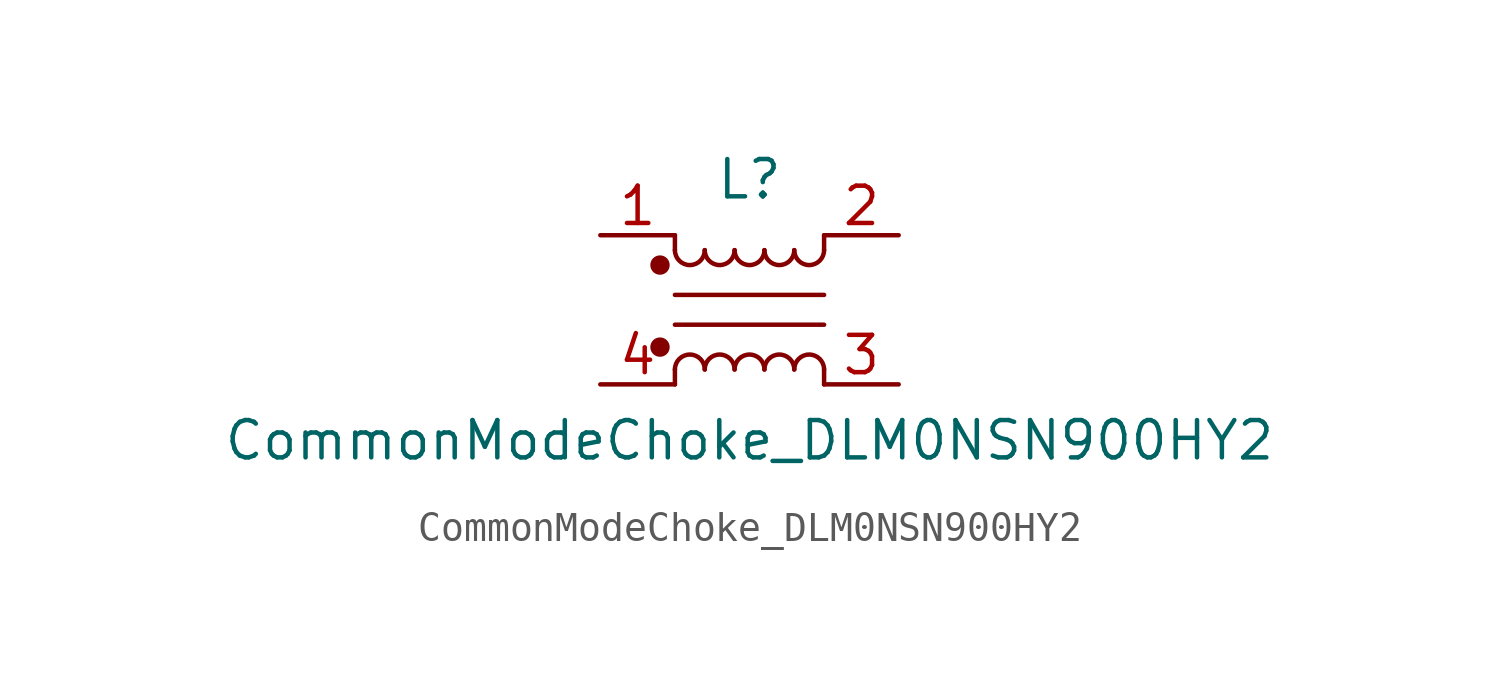
<source format=kicad_sym>
(kicad_symbol_lib
  (version 20220914)
  (generator kicad_symbol_editor)
  (symbol "CommonModeChoke_DLM0NSN900HY2"
    (pin_names
      (offset 0.254) hide)
    (property "Reference" "L"
      (at 0 4.445 0)
      (effects (font (size 1.27 1.27))))
    (property "Value" "CommonModeChoke_DLM0NSN900HY2"
      (at 0 -4.445 0)
      (effects (font (size 1.27 1.27))))
    (symbol "CommonModeChoke_DLM0NSN900HY2_0_1"
      (circle (center -3.048 -1.27) (radius 0.254) (stroke (width 0) (type default)) (fill (type outline)))
      (circle (center -3.048 1.524) (radius 0.254) (stroke (width 0) (type default)) (fill (type outline)))
      (arc (start -2.54 2.032) (mid -2.032 1.5262) (end -1.524 2.032) (stroke (width 0) (type default)) (fill (type none)))
      (arc (start -1.524 -2.032) (mid -2.032 -1.5262) (end -2.54 -2.032) (stroke (width 0) (type default)) (fill (type none)))
      (arc (start -1.524 2.032) (mid -1.016 1.5262) (end -0.508 2.032) (stroke (width 0) (type default)) (fill (type none)))
      (arc (start -0.508 -2.032) (mid -1.016 -1.5262) (end -1.524 -2.032) (stroke (width 0) (type default)) (fill (type none)))
      (arc (start -0.508 2.032) (mid 0 1.5262) (end 0.508 2.032) (stroke (width 0) (type default)) (fill (type none)))
      (polyline (pts (xy -2.54 -2.032) (xy -2.54 -2.54)) (stroke (width 0) (type default)) (fill (type none)))
      (polyline (pts (xy -2.54 0.508) (xy 2.54 0.508)) (stroke (width 0) (type default)) (fill (type none)))
      (polyline (pts (xy -2.54 2.032) (xy -2.54 2.54)) (stroke (width 0) (type default)) (fill (type none)))
      (polyline (pts (xy 2.54 -2.032) (xy 2.54 -2.54)) (stroke (width 0) (type default)) (fill (type none)))
      (polyline (pts (xy 2.54 -0.508) (xy -2.54 -0.508)) (stroke (width 0) (type default)) (fill (type none)))
      (polyline (pts (xy 2.54 2.54) (xy 2.54 2.032)) (stroke (width 0) (type default)) (fill (type none)))
      (arc (start 0.508 -2.032) (mid 0 -1.5262) (end -0.508 -2.032) (stroke (width 0) (type default)) (fill (type none)))
      (arc (start 0.508 2.032) (mid 1.016 1.5262) (end 1.524 2.032) (stroke (width 0) (type default)) (fill (type none)))
      (arc (start 1.524 -2.032) (mid 1.016 -1.5262) (end 0.508 -2.032) (stroke (width 0) (type default)) (fill (type none)))
      (arc (start 1.524 2.032) (mid 2.032 1.5262) (end 2.54 2.032) (stroke (width 0) (type default)) (fill (type none)))
      (arc (start 2.54 -2.032) (mid 2.032 -1.5262) (end 1.524 -2.032) (stroke (width 0) (type default)) (fill (type none))))
    (symbol "CommonModeChoke_DLM0NSN900HY2_1_1"
      (pin passive line (at -5.08 2.54 0) (length 2.54) (name "1" (effects (font (size 1.27 1.27)))) (number "1" (effects (font (size 1.27 1.27)))))
      (pin passive line (at 5.08 2.54 180) (length 2.54) (name "2" (effects (font (size 1.27 1.27)))) (number "2" (effects (font (size 1.27 1.27)))))
      (pin passive line (at 5.08 -2.54 180) (length 2.54) (name "3" (effects (font (size 1.27 1.27)))) (number "3" (effects (font (size 1.27 1.27)))))
      (pin passive line (at -5.08 -2.54 0) (length 2.54) (name "4" (effects (font (size 1.27 1.27)))) (number "4" (effects (font (size 1.27 1.27))))))))
</source>
